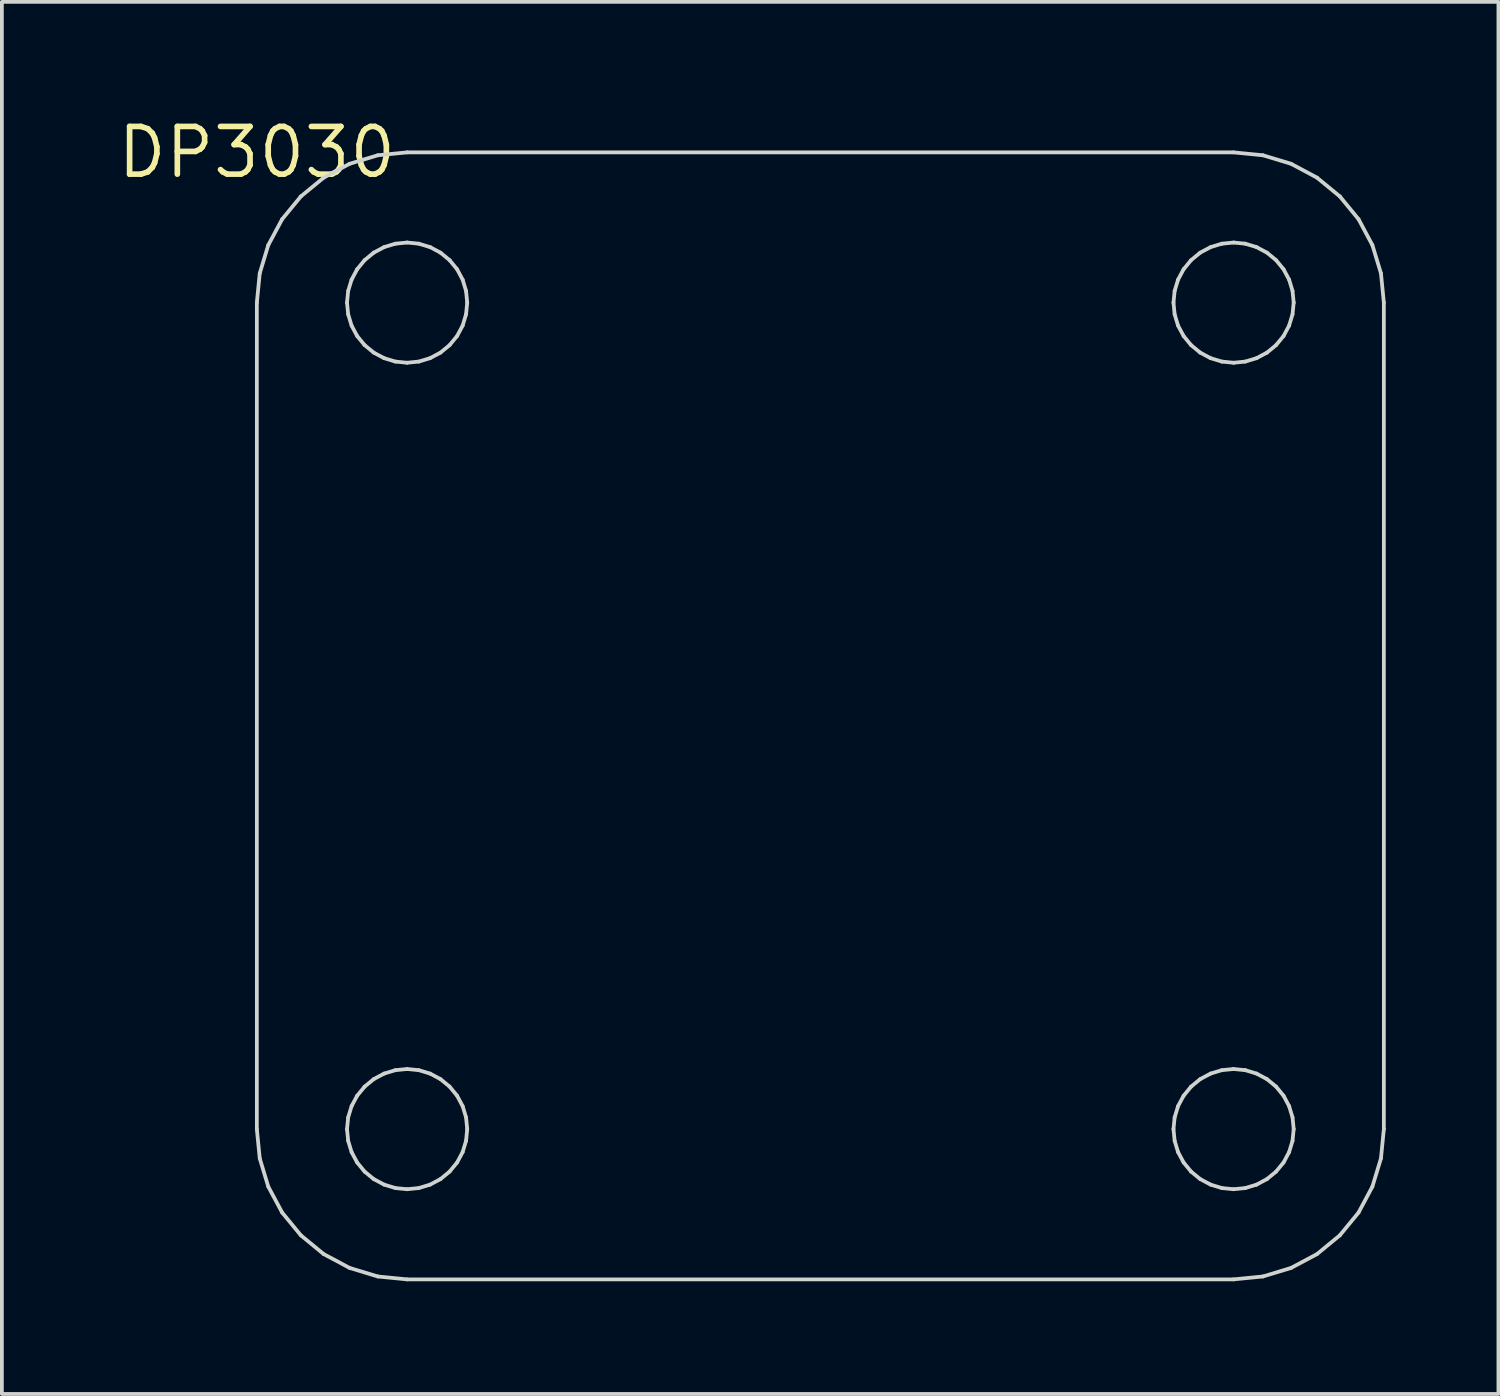
<source format=kicad_pcb>
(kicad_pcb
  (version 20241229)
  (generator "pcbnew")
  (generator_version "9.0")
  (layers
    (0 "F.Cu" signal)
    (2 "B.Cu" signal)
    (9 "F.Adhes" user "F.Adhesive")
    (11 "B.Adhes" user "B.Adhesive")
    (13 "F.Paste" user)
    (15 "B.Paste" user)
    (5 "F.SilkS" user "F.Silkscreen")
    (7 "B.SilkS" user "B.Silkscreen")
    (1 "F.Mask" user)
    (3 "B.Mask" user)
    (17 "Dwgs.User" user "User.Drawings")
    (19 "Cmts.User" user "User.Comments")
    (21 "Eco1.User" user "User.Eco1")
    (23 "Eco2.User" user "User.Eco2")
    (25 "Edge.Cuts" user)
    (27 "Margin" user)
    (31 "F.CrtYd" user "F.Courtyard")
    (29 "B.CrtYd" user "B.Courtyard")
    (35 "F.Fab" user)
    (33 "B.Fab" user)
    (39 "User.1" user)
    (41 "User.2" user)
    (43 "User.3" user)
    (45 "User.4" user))
  (footprint "DP3030"
    (layer "F.Cu")
    (at 3.787 1.006)
    (property "Reference" "DP3030" (at 0 0 0) (layer "F.SilkS") (effects (font (size 1.27 1.27) (thickness 0.15))))
    (attr through_hole)
    (fp_line (start 0 4) (end 0.077 3.22) (stroke (width 0.1) (type solid)) (layer "Edge.Cuts"))
    (fp_line (start 0 26) (end 0 4) (stroke (width 0.1) (type solid)) (layer "Edge.Cuts"))
    (fp_line (start 0.077 3.22) (end 0.304 2.469) (stroke (width 0.1) (type solid)) (layer "Edge.Cuts"))
    (fp_line (start 0.077 26.78) (end 0 26) (stroke (width 0.1) (type solid)) (layer "Edge.Cuts"))
    (fp_line (start 0.304 2.469) (end 0.674 1.778) (stroke (width 0.1) (type solid)) (layer "Edge.Cuts"))
    (fp_line (start 0.304 27.531) (end 0.077 26.78) (stroke (width 0.1) (type solid)) (layer "Edge.Cuts"))
    (fp_line (start 0.674 1.778) (end 1.172 1.172) (stroke (width 0.1) (type solid)) (layer "Edge.Cuts"))
    (fp_line (start 0.674 28.222) (end 0.304 27.531) (stroke (width 0.1) (type solid)) (layer "Edge.Cuts"))
    (fp_line (start 1.172 1.172) (end 1.778 0.674) (stroke (width 0.1) (type solid)) (layer "Edge.Cuts"))
    (fp_line (start 1.172 28.828) (end 0.674 28.222) (stroke (width 0.1) (type solid)) (layer "Edge.Cuts"))
    (fp_line (start 1.778 0.674) (end 2.469 0.304) (stroke (width 0.1) (type solid)) (layer "Edge.Cuts"))
    (fp_line (start 1.778 29.326) (end 1.172 28.828) (stroke (width 0.1) (type solid)) (layer "Edge.Cuts"))
    (fp_line (start 2.4 4) (end 2.431 4.312) (stroke (width 0.1) (type solid)) (layer "Edge.Cuts"))
    (fp_line (start 2.4 26) (end 2.431 26.312) (stroke (width 0.1) (type solid)) (layer "Edge.Cuts"))
    (fp_line (start 2.431 3.688) (end 2.4 4) (stroke (width 0.1) (type solid)) (layer "Edge.Cuts"))
    (fp_line (start 2.431 4.312) (end 2.522 4.612) (stroke (width 0.1) (type solid)) (layer "Edge.Cuts"))
    (fp_line (start 2.431 25.688) (end 2.4 26) (stroke (width 0.1) (type solid)) (layer "Edge.Cuts"))
    (fp_line (start 2.431 26.312) (end 2.522 26.612) (stroke (width 0.1) (type solid)) (layer "Edge.Cuts"))
    (fp_line (start 2.469 0.304) (end 3.22 0.077) (stroke (width 0.1) (type solid)) (layer "Edge.Cuts"))
    (fp_line (start 2.469 29.695) (end 1.778 29.326) (stroke (width 0.1) (type solid)) (layer "Edge.Cuts"))
    (fp_line (start 2.522 3.388) (end 2.431 3.688) (stroke (width 0.1) (type solid)) (layer "Edge.Cuts"))
    (fp_line (start 2.522 4.612) (end 2.67 4.889) (stroke (width 0.1) (type solid)) (layer "Edge.Cuts"))
    (fp_line (start 2.522 25.388) (end 2.431 25.688) (stroke (width 0.1) (type solid)) (layer "Edge.Cuts"))
    (fp_line (start 2.522 26.612) (end 2.67 26.889) (stroke (width 0.1) (type solid)) (layer "Edge.Cuts"))
    (fp_line (start 2.67 3.111) (end 2.522 3.388) (stroke (width 0.1) (type solid)) (layer "Edge.Cuts"))
    (fp_line (start 2.67 4.889) (end 2.869 5.131) (stroke (width 0.1) (type solid)) (layer "Edge.Cuts"))
    (fp_line (start 2.67 25.111) (end 2.522 25.388) (stroke (width 0.1) (type solid)) (layer "Edge.Cuts"))
    (fp_line (start 2.67 26.889) (end 2.869 27.131) (stroke (width 0.1) (type solid)) (layer "Edge.Cuts"))
    (fp_line (start 2.869 2.869) (end 2.67 3.111) (stroke (width 0.1) (type solid)) (layer "Edge.Cuts"))
    (fp_line (start 2.869 5.131) (end 3.111 5.33) (stroke (width 0.1) (type solid)) (layer "Edge.Cuts"))
    (fp_line (start 2.869 24.869) (end 2.67 25.111) (stroke (width 0.1) (type solid)) (layer "Edge.Cuts"))
    (fp_line (start 2.869 27.131) (end 3.111 27.33) (stroke (width 0.1) (type solid)) (layer "Edge.Cuts"))
    (fp_line (start 3.111 2.67) (end 2.869 2.869) (stroke (width 0.1) (type solid)) (layer "Edge.Cuts"))
    (fp_line (start 3.111 5.33) (end 3.388 5.478) (stroke (width 0.1) (type solid)) (layer "Edge.Cuts"))
    (fp_line (start 3.111 24.67) (end 2.869 24.869) (stroke (width 0.1) (type solid)) (layer "Edge.Cuts"))
    (fp_line (start 3.111 27.33) (end 3.388 27.478) (stroke (width 0.1) (type solid)) (layer "Edge.Cuts"))
    (fp_line (start 3.22 0.077) (end 4 0) (stroke (width 0.1) (type solid)) (layer "Edge.Cuts"))
    (fp_line (start 3.22 29.923) (end 2.469 29.695) (stroke (width 0.1) (type solid)) (layer "Edge.Cuts"))
    (fp_line (start 3.388 2.522) (end 3.111 2.67) (stroke (width 0.1) (type solid)) (layer "Edge.Cuts"))
    (fp_line (start 3.388 5.478) (end 3.688 5.569) (stroke (width 0.1) (type solid)) (layer "Edge.Cuts"))
    (fp_line (start 3.388 24.522) (end 3.111 24.67) (stroke (width 0.1) (type solid)) (layer "Edge.Cuts"))
    (fp_line (start 3.388 27.478) (end 3.688 27.569) (stroke (width 0.1) (type solid)) (layer "Edge.Cuts"))
    (fp_line (start 3.688 2.431) (end 3.388 2.522) (stroke (width 0.1) (type solid)) (layer "Edge.Cuts"))
    (fp_line (start 3.688 5.569) (end 4 5.6) (stroke (width 0.1) (type solid)) (layer "Edge.Cuts"))
    (fp_line (start 3.688 24.431) (end 3.388 24.522) (stroke (width 0.1) (type solid)) (layer "Edge.Cuts"))
    (fp_line (start 3.688 27.569) (end 4 27.6) (stroke (width 0.1) (type solid)) (layer "Edge.Cuts"))
    (fp_line (start 4 0) (end 26 0) (stroke (width 0.1) (type solid)) (layer "Edge.Cuts"))
    (fp_line (start 4 2.4) (end 3.688 2.431) (stroke (width 0.1) (type solid)) (layer "Edge.Cuts"))
    (fp_line (start 4 24.4) (end 3.688 24.431) (stroke (width 0.1) (type solid)) (layer "Edge.Cuts"))
    (fp_line (start 4 5.6) (end 4.312 5.569) (stroke (width 0.1) (type solid)) (layer "Edge.Cuts"))
    (fp_line (start 4 27.6) (end 4.312 27.569) (stroke (width 0.1) (type solid)) (layer "Edge.Cuts"))
    (fp_line (start 4 30) (end 3.22 29.923) (stroke (width 0.1) (type solid)) (layer "Edge.Cuts"))
    (fp_line (start 4.312 2.431) (end 4 2.4) (stroke (width 0.1) (type solid)) (layer "Edge.Cuts"))
    (fp_line (start 4.312 5.569) (end 4.612 5.478) (stroke (width 0.1) (type solid)) (layer "Edge.Cuts"))
    (fp_line (start 4.312 24.431) (end 4 24.4) (stroke (width 0.1) (type solid)) (layer "Edge.Cuts"))
    (fp_line (start 4.312 27.569) (end 4.612 27.478) (stroke (width 0.1) (type solid)) (layer "Edge.Cuts"))
    (fp_line (start 4.612 2.522) (end 4.312 2.431) (stroke (width 0.1) (type solid)) (layer "Edge.Cuts"))
    (fp_line (start 4.612 5.478) (end 4.889 5.33) (stroke (width 0.1) (type solid)) (layer "Edge.Cuts"))
    (fp_line (start 4.612 24.522) (end 4.312 24.431) (stroke (width 0.1) (type solid)) (layer "Edge.Cuts"))
    (fp_line (start 4.612 27.478) (end 4.889 27.33) (stroke (width 0.1) (type solid)) (layer "Edge.Cuts"))
    (fp_line (start 4.889 2.67) (end 4.612 2.522) (stroke (width 0.1) (type solid)) (layer "Edge.Cuts"))
    (fp_line (start 4.889 5.33) (end 5.131 5.131) (stroke (width 0.1) (type solid)) (layer "Edge.Cuts"))
    (fp_line (start 4.889 24.67) (end 4.612 24.522) (stroke (width 0.1) (type solid)) (layer "Edge.Cuts"))
    (fp_line (start 4.889 27.33) (end 5.131 27.131) (stroke (width 0.1) (type solid)) (layer "Edge.Cuts"))
    (fp_line (start 5.131 2.869) (end 4.889 2.67) (stroke (width 0.1) (type solid)) (layer "Edge.Cuts"))
    (fp_line (start 5.131 5.131) (end 5.33 4.889) (stroke (width 0.1) (type solid)) (layer "Edge.Cuts"))
    (fp_line (start 5.131 24.869) (end 4.889 24.67) (stroke (width 0.1) (type solid)) (layer "Edge.Cuts"))
    (fp_line (start 5.131 27.131) (end 5.33 26.889) (stroke (width 0.1) (type solid)) (layer "Edge.Cuts"))
    (fp_line (start 5.33 3.111) (end 5.131 2.869) (stroke (width 0.1) (type solid)) (layer "Edge.Cuts"))
    (fp_line (start 5.33 4.889) (end 5.478 4.612) (stroke (width 0.1) (type solid)) (layer "Edge.Cuts"))
    (fp_line (start 5.33 25.111) (end 5.131 24.869) (stroke (width 0.1) (type solid)) (layer "Edge.Cuts"))
    (fp_line (start 5.33 26.889) (end 5.478 26.612) (stroke (width 0.1) (type solid)) (layer "Edge.Cuts"))
    (fp_line (start 5.478 3.388) (end 5.33 3.111) (stroke (width 0.1) (type solid)) (layer "Edge.Cuts"))
    (fp_line (start 5.478 4.612) (end 5.569 4.312) (stroke (width 0.1) (type solid)) (layer "Edge.Cuts"))
    (fp_line (start 5.478 25.388) (end 5.33 25.111) (stroke (width 0.1) (type solid)) (layer "Edge.Cuts"))
    (fp_line (start 5.478 26.612) (end 5.569 26.312) (stroke (width 0.1) (type solid)) (layer "Edge.Cuts"))
    (fp_line (start 5.569 3.688) (end 5.478 3.388) (stroke (width 0.1) (type solid)) (layer "Edge.Cuts"))
    (fp_line (start 5.569 4.312) (end 5.6 4) (stroke (width 0.1) (type solid)) (layer "Edge.Cuts"))
    (fp_line (start 5.569 25.688) (end 5.478 25.388) (stroke (width 0.1) (type solid)) (layer "Edge.Cuts"))
    (fp_line (start 5.569 26.312) (end 5.6 26) (stroke (width 0.1) (type solid)) (layer "Edge.Cuts"))
    (fp_line (start 5.6 4) (end 5.569 3.688) (stroke (width 0.1) (type solid)) (layer "Edge.Cuts"))
    (fp_line (start 5.6 26) (end 5.569 25.688) (stroke (width 0.1) (type solid)) (layer "Edge.Cuts"))
    (fp_line (start 24.4 4) (end 24.431 4.312) (stroke (width 0.1) (type solid)) (layer "Edge.Cuts"))
    (fp_line (start 24.4 26) (end 24.431 26.312) (stroke (width 0.1) (type solid)) (layer "Edge.Cuts"))
    (fp_line (start 24.431 3.688) (end 24.4 4) (stroke (width 0.1) (type solid)) (layer "Edge.Cuts"))
    (fp_line (start 24.431 4.312) (end 24.522 4.612) (stroke (width 0.1) (type solid)) (layer "Edge.Cuts"))
    (fp_line (start 24.431 25.688) (end 24.4 26) (stroke (width 0.1) (type solid)) (layer "Edge.Cuts"))
    (fp_line (start 24.431 26.312) (end 24.522 26.612) (stroke (width 0.1) (type solid)) (layer "Edge.Cuts"))
    (fp_line (start 24.522 3.388) (end 24.431 3.688) (stroke (width 0.1) (type solid)) (layer "Edge.Cuts"))
    (fp_line (start 24.522 4.612) (end 24.67 4.889) (stroke (width 0.1) (type solid)) (layer "Edge.Cuts"))
    (fp_line (start 24.522 25.388) (end 24.431 25.688) (stroke (width 0.1) (type solid)) (layer "Edge.Cuts"))
    (fp_line (start 24.522 26.612) (end 24.67 26.889) (stroke (width 0.1) (type solid)) (layer "Edge.Cuts"))
    (fp_line (start 24.67 3.111) (end 24.522 3.388) (stroke (width 0.1) (type solid)) (layer "Edge.Cuts"))
    (fp_line (start 24.67 4.889) (end 24.869 5.131) (stroke (width 0.1) (type solid)) (layer "Edge.Cuts"))
    (fp_line (start 24.67 25.111) (end 24.522 25.388) (stroke (width 0.1) (type solid)) (layer "Edge.Cuts"))
    (fp_line (start 24.67 26.889) (end 24.869 27.131) (stroke (width 0.1) (type solid)) (layer "Edge.Cuts"))
    (fp_line (start 24.869 2.869) (end 24.67 3.111) (stroke (width 0.1) (type solid)) (layer "Edge.Cuts"))
    (fp_line (start 24.869 5.131) (end 25.111 5.33) (stroke (width 0.1) (type solid)) (layer "Edge.Cuts"))
    (fp_line (start 24.869 24.869) (end 24.67 25.111) (stroke (width 0.1) (type solid)) (layer "Edge.Cuts"))
    (fp_line (start 24.869 27.131) (end 25.111 27.33) (stroke (width 0.1) (type solid)) (layer "Edge.Cuts"))
    (fp_line (start 25.111 2.67) (end 24.869 2.869) (stroke (width 0.1) (type solid)) (layer "Edge.Cuts"))
    (fp_line (start 25.111 5.33) (end 25.388 5.478) (stroke (width 0.1) (type solid)) (layer "Edge.Cuts"))
    (fp_line (start 25.111 24.67) (end 24.869 24.869) (stroke (width 0.1) (type solid)) (layer "Edge.Cuts"))
    (fp_line (start 25.111 27.33) (end 25.388 27.478) (stroke (width 0.1) (type solid)) (layer "Edge.Cuts"))
    (fp_line (start 25.388 2.522) (end 25.111 2.67) (stroke (width 0.1) (type solid)) (layer "Edge.Cuts"))
    (fp_line (start 25.388 5.478) (end 25.688 5.569) (stroke (width 0.1) (type solid)) (layer "Edge.Cuts"))
    (fp_line (start 25.388 24.522) (end 25.111 24.67) (stroke (width 0.1) (type solid)) (layer "Edge.Cuts"))
    (fp_line (start 25.388 27.478) (end 25.688 27.569) (stroke (width 0.1) (type solid)) (layer "Edge.Cuts"))
    (fp_line (start 25.688 2.431) (end 25.388 2.522) (stroke (width 0.1) (type solid)) (layer "Edge.Cuts"))
    (fp_line (start 25.688 5.569) (end 26 5.6) (stroke (width 0.1) (type solid)) (layer "Edge.Cuts"))
    (fp_line (start 25.688 24.431) (end 25.388 24.522) (stroke (width 0.1) (type solid)) (layer "Edge.Cuts"))
    (fp_line (start 25.688 27.569) (end 26 27.6) (stroke (width 0.1) (type solid)) (layer "Edge.Cuts"))
    (fp_line (start 26 0) (end 26.78 0.077) (stroke (width 0.1) (type solid)) (layer "Edge.Cuts"))
    (fp_line (start 26 2.4) (end 25.688 2.431) (stroke (width 0.1) (type solid)) (layer "Edge.Cuts"))
    (fp_line (start 26 5.6) (end 26.312 5.569) (stroke (width 0.1) (type solid)) (layer "Edge.Cuts"))
    (fp_line (start 26 24.4) (end 25.688 24.431) (stroke (width 0.1) (type solid)) (layer "Edge.Cuts"))
    (fp_line (start 26 27.6) (end 26.312 27.569) (stroke (width 0.1) (type solid)) (layer "Edge.Cuts"))
    (fp_line (start 26 30) (end 4 30) (stroke (width 0.1) (type solid)) (layer "Edge.Cuts"))
    (fp_line (start 26.312 2.431) (end 26 2.4) (stroke (width 0.1) (type solid)) (layer "Edge.Cuts"))
    (fp_line (start 26.312 5.569) (end 26.612 5.478) (stroke (width 0.1) (type solid)) (layer "Edge.Cuts"))
    (fp_line (start 26.312 24.431) (end 26 24.4) (stroke (width 0.1) (type solid)) (layer "Edge.Cuts"))
    (fp_line (start 26.312 27.569) (end 26.612 27.478) (stroke (width 0.1) (type solid)) (layer "Edge.Cuts"))
    (fp_line (start 26.612 2.522) (end 26.312 2.431) (stroke (width 0.1) (type solid)) (layer "Edge.Cuts"))
    (fp_line (start 26.612 5.478) (end 26.889 5.33) (stroke (width 0.1) (type solid)) (layer "Edge.Cuts"))
    (fp_line (start 26.612 24.522) (end 26.312 24.431) (stroke (width 0.1) (type solid)) (layer "Edge.Cuts"))
    (fp_line (start 26.612 27.478) (end 26.889 27.33) (stroke (width 0.1) (type solid)) (layer "Edge.Cuts"))
    (fp_line (start 26.78 0.077) (end 27.531 0.304) (stroke (width 0.1) (type solid)) (layer "Edge.Cuts"))
    (fp_line (start 26.78 29.923) (end 26 30) (stroke (width 0.1) (type solid)) (layer "Edge.Cuts"))
    (fp_line (start 26.889 2.67) (end 26.612 2.522) (stroke (width 0.1) (type solid)) (layer "Edge.Cuts"))
    (fp_line (start 26.889 5.33) (end 27.131 5.131) (stroke (width 0.1) (type solid)) (layer "Edge.Cuts"))
    (fp_line (start 26.889 24.67) (end 26.612 24.522) (stroke (width 0.1) (type solid)) (layer "Edge.Cuts"))
    (fp_line (start 26.889 27.33) (end 27.131 27.131) (stroke (width 0.1) (type solid)) (layer "Edge.Cuts"))
    (fp_line (start 27.131 2.869) (end 26.889 2.67) (stroke (width 0.1) (type solid)) (layer "Edge.Cuts"))
    (fp_line (start 27.131 5.131) (end 27.33 4.889) (stroke (width 0.1) (type solid)) (layer "Edge.Cuts"))
    (fp_line (start 27.131 24.869) (end 26.889 24.67) (stroke (width 0.1) (type solid)) (layer "Edge.Cuts"))
    (fp_line (start 27.131 27.131) (end 27.33 26.889) (stroke (width 0.1) (type solid)) (layer "Edge.Cuts"))
    (fp_line (start 27.33 3.111) (end 27.131 2.869) (stroke (width 0.1) (type solid)) (layer "Edge.Cuts"))
    (fp_line (start 27.33 4.889) (end 27.478 4.612) (stroke (width 0.1) (type solid)) (layer "Edge.Cuts"))
    (fp_line (start 27.33 25.111) (end 27.131 24.869) (stroke (width 0.1) (type solid)) (layer "Edge.Cuts"))
    (fp_line (start 27.33 26.889) (end 27.478 26.612) (stroke (width 0.1) (type solid)) (layer "Edge.Cuts"))
    (fp_line (start 27.478 3.388) (end 27.33 3.111) (stroke (width 0.1) (type solid)) (layer "Edge.Cuts"))
    (fp_line (start 27.478 4.612) (end 27.569 4.312) (stroke (width 0.1) (type solid)) (layer "Edge.Cuts"))
    (fp_line (start 27.478 25.388) (end 27.33 25.111) (stroke (width 0.1) (type solid)) (layer "Edge.Cuts"))
    (fp_line (start 27.478 26.612) (end 27.569 26.312) (stroke (width 0.1) (type solid)) (layer "Edge.Cuts"))
    (fp_line (start 27.531 0.304) (end 28.222 0.674) (stroke (width 0.1) (type solid)) (layer "Edge.Cuts"))
    (fp_line (start 27.531 29.695) (end 26.78 29.923) (stroke (width 0.1) (type solid)) (layer "Edge.Cuts"))
    (fp_line (start 27.569 3.688) (end 27.478 3.388) (stroke (width 0.1) (type solid)) (layer "Edge.Cuts"))
    (fp_line (start 27.569 4.312) (end 27.6 4) (stroke (width 0.1) (type solid)) (layer "Edge.Cuts"))
    (fp_line (start 27.569 25.688) (end 27.478 25.388) (stroke (width 0.1) (type solid)) (layer "Edge.Cuts"))
    (fp_line (start 27.569 26.312) (end 27.6 26) (stroke (width 0.1) (type solid)) (layer "Edge.Cuts"))
    (fp_line (start 27.6 4) (end 27.569 3.688) (stroke (width 0.1) (type solid)) (layer "Edge.Cuts"))
    (fp_line (start 27.6 26) (end 27.569 25.688) (stroke (width 0.1) (type solid)) (layer "Edge.Cuts"))
    (fp_line (start 28.222 0.674) (end 28.828 1.172) (stroke (width 0.1) (type solid)) (layer "Edge.Cuts"))
    (fp_line (start 28.222 29.326) (end 27.531 29.695) (stroke (width 0.1) (type solid)) (layer "Edge.Cuts"))
    (fp_line (start 28.828 1.172) (end 29.326 1.778) (stroke (width 0.1) (type solid)) (layer "Edge.Cuts"))
    (fp_line (start 28.828 28.828) (end 28.222 29.326) (stroke (width 0.1) (type solid)) (layer "Edge.Cuts"))
    (fp_line (start 29.326 1.778) (end 29.695 2.469) (stroke (width 0.1) (type solid)) (layer "Edge.Cuts"))
    (fp_line (start 29.326 28.222) (end 28.828 28.828) (stroke (width 0.1) (type solid)) (layer "Edge.Cuts"))
    (fp_line (start 29.695 2.469) (end 29.923 3.22) (stroke (width 0.1) (type solid)) (layer "Edge.Cuts"))
    (fp_line (start 29.695 27.531) (end 29.326 28.222) (stroke (width 0.1) (type solid)) (layer "Edge.Cuts"))
    (fp_line (start 29.923 3.22) (end 30 4) (stroke (width 0.1) (type solid)) (layer "Edge.Cuts"))
    (fp_line (start 29.923 26.78) (end 29.695 27.531) (stroke (width 0.1) (type solid)) (layer "Edge.Cuts"))
    (fp_line (start 30 4) (end 30 26) (stroke (width 0.1) (type solid)) (layer "Edge.Cuts"))
    (fp_line (start 30 26) (end 29.923 26.78) (stroke (width 0.1) (type solid)) (layer "Edge.Cuts")))
  (gr_rect
    (start -3 -3)
    (end 36.837 34.056)
    (stroke (width 0.1) (type default))
    (fill no)
    (layer "Edge.Cuts")))
</source>
